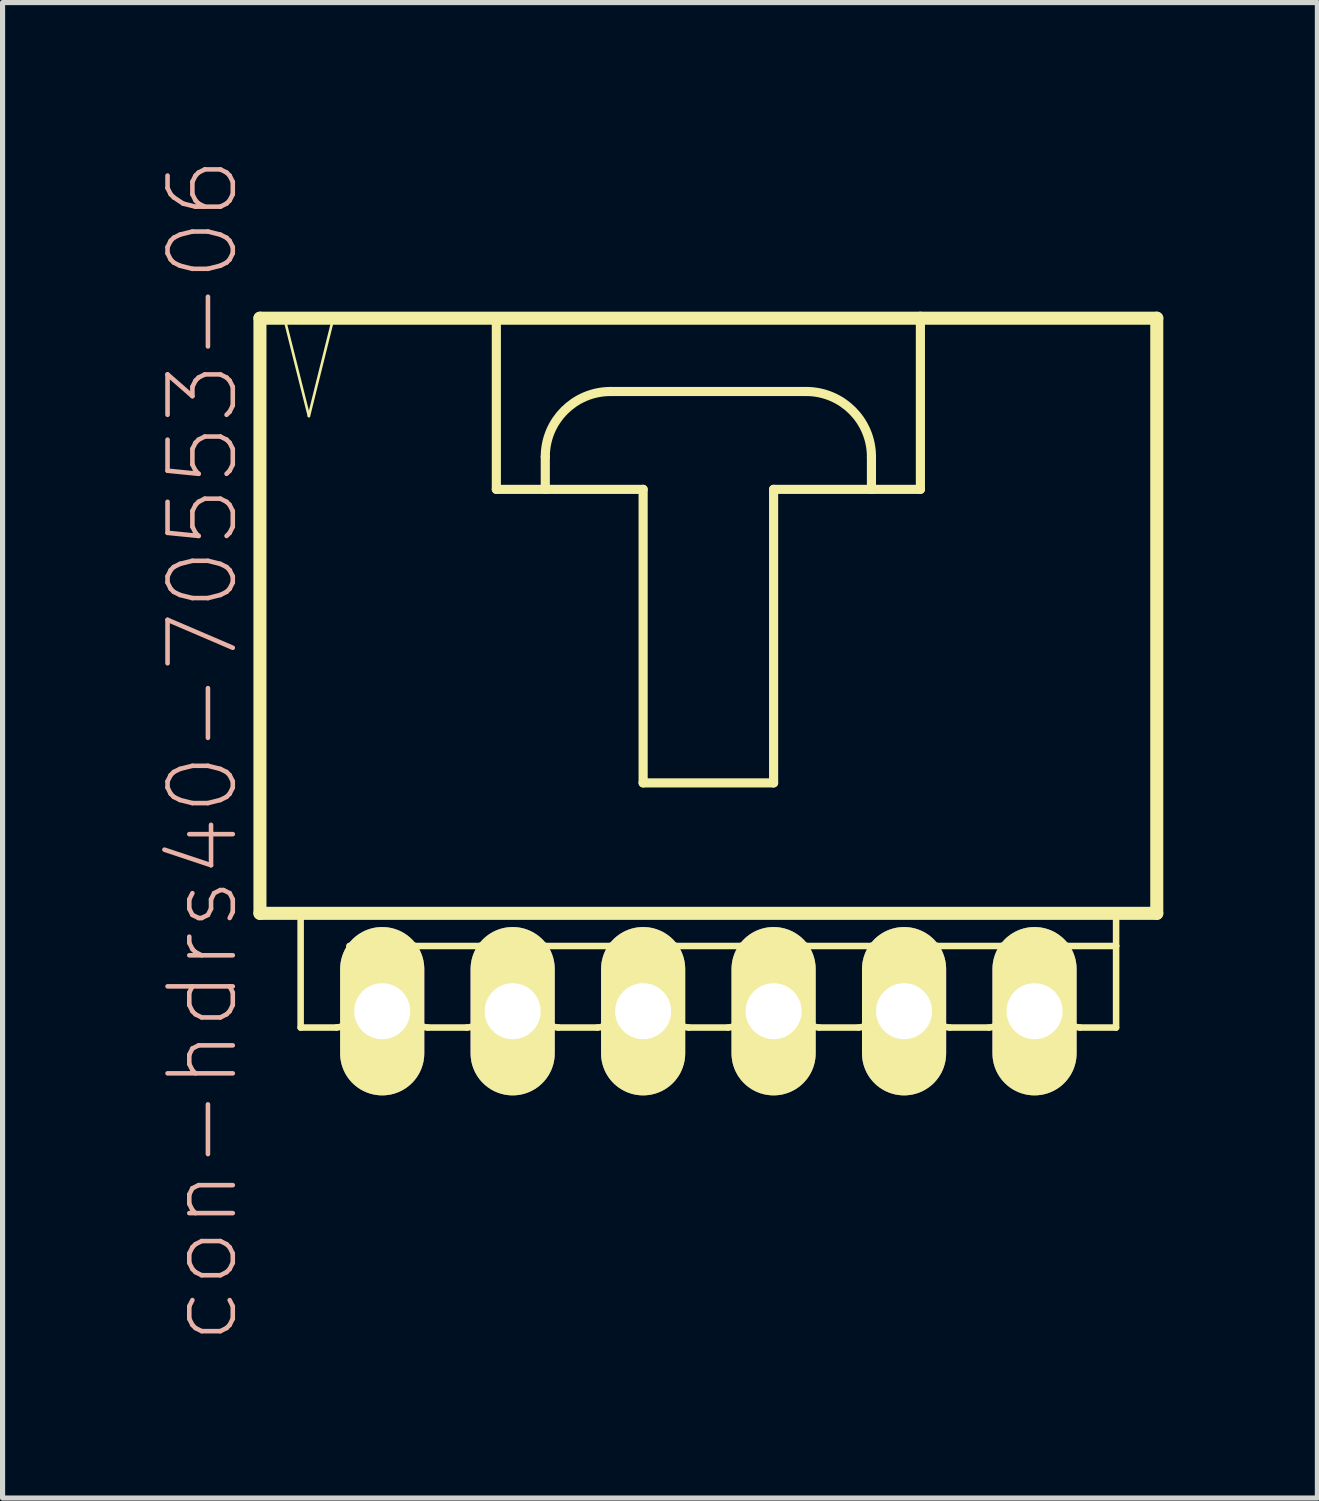
<source format=kicad_pcb>
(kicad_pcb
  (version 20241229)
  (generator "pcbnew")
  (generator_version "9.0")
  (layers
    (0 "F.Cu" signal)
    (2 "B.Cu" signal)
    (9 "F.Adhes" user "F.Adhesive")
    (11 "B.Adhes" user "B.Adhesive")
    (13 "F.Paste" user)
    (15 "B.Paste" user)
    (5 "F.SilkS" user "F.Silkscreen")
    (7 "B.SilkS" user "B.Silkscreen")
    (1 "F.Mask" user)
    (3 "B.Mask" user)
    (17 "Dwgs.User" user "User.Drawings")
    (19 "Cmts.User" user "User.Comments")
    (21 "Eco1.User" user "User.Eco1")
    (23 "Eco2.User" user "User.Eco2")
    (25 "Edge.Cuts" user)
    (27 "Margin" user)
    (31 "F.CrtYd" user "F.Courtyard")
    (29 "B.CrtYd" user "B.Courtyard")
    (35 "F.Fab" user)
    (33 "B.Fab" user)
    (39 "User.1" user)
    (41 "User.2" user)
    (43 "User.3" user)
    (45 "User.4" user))
  (footprint "con-hdrs40-70553-06"
    (layer "F.Cu")
    (at 10.741 9.017)
    (property "Reference" "con-hdrs40-70553-06" (at -9.842 2.54 90) (layer "B.SilkS") (effects (font (size 1.27 1.27) (thickness 0.089))))
    (attr exclude_from_pos_files exclude_from_bom)
    (fp_line (start -8.73 -5.872) (end -8.73 5.715) (stroke (width 0.254) (type solid)) (layer "F.SilkS"))
    (fp_line (start -8.73 5.715) (end 8.73 5.715) (stroke (width 0.254) (type solid)) (layer "F.SilkS"))
    (fp_line (start -8.255 -5.872) (end -7.777 -3.967) (stroke (width 0.051) (type solid)) (layer "F.SilkS"))
    (fp_line (start -7.938 5.715) (end -7.938 7.938) (stroke (width 0.127) (type solid)) (layer "F.SilkS"))
    (fp_line (start -7.777 -3.967) (end -7.303 -5.872) (stroke (width 0.051) (type solid)) (layer "F.SilkS"))
    (fp_line (start -7.303 -5.872) (end -8.255 -5.872) (stroke (width 0.051) (type solid)) (layer "F.SilkS"))
    (fp_line (start -7.236 7.938) (end -7.938 7.938) (stroke (width 0.127) (type solid)) (layer "F.SilkS"))
    (fp_line (start -6.985 6.35) (end -6.985 7.684) (stroke (width 0.127) (type solid)) (layer "F.SilkS"))
    (fp_line (start -6.985 6.35) (end -5.715 6.35) (stroke (width 0.127) (type solid)) (layer "F.SilkS"))
    (fp_line (start -6.668 6.35) (end -6.032 6.35) (stroke (width 0.066) (type solid)) (layer "F.SilkS"))
    (fp_line (start -6.668 7.62) (end -6.668 6.35) (stroke (width 0.066) (type solid)) (layer "F.SilkS"))
    (fp_line (start -6.668 7.62) (end -6.032 7.62) (stroke (width 0.066) (type solid)) (layer "F.SilkS"))
    (fp_line (start -6.032 7.62) (end -6.032 6.35) (stroke (width 0.066) (type solid)) (layer "F.SilkS"))
    (fp_line (start -5.715 6.35) (end -5.715 7.684) (stroke (width 0.127) (type solid)) (layer "F.SilkS"))
    (fp_line (start -5.715 6.35) (end -4.445 6.35) (stroke (width 0.127) (type solid)) (layer "F.SilkS"))
    (fp_line (start -4.699 7.938) (end -5.461 7.938) (stroke (width 0.127) (type solid)) (layer "F.SilkS"))
    (fp_line (start -4.445 6.35) (end -4.445 7.684) (stroke (width 0.127) (type solid)) (layer "F.SilkS"))
    (fp_line (start -4.445 6.35) (end -3.175 6.35) (stroke (width 0.127) (type solid)) (layer "F.SilkS"))
    (fp_line (start -4.128 -5.872) (end -4.128 -2.54) (stroke (width 0.178) (type solid)) (layer "F.SilkS"))
    (fp_line (start -4.128 -2.54) (end -3.175 -2.54) (stroke (width 0.178) (type solid)) (layer "F.SilkS"))
    (fp_line (start -4.128 6.35) (end -3.493 6.35) (stroke (width 0.066) (type solid)) (layer "F.SilkS"))
    (fp_line (start -4.128 7.62) (end -4.128 6.35) (stroke (width 0.066) (type solid)) (layer "F.SilkS"))
    (fp_line (start -4.128 7.62) (end -3.493 7.62) (stroke (width 0.066) (type solid)) (layer "F.SilkS"))
    (fp_line (start -3.493 7.62) (end -3.493 6.35) (stroke (width 0.066) (type solid)) (layer "F.SilkS"))
    (fp_line (start -3.175 -2.54) (end -3.175 -3.175) (stroke (width 0.178) (type solid)) (layer "F.SilkS"))
    (fp_line (start -3.175 -2.54) (end -1.27 -2.54) (stroke (width 0.178) (type solid)) (layer "F.SilkS"))
    (fp_line (start -3.175 6.35) (end -3.175 7.684) (stroke (width 0.127) (type solid)) (layer "F.SilkS"))
    (fp_line (start -3.175 6.35) (end -1.905 6.35) (stroke (width 0.127) (type solid)) (layer "F.SilkS"))
    (fp_line (start -2.159 7.938) (end -2.921 7.938) (stroke (width 0.127) (type solid)) (layer "F.SilkS"))
    (fp_line (start -1.905 -4.445) (end 1.905 -4.445) (stroke (width 0.178) (type solid)) (layer "F.SilkS"))
    (fp_line (start -1.905 6.35) (end -1.905 7.684) (stroke (width 0.127) (type solid)) (layer "F.SilkS"))
    (fp_line (start -1.905 6.35) (end -0.635 6.35) (stroke (width 0.127) (type solid)) (layer "F.SilkS"))
    (fp_line (start -1.587 6.35) (end -0.953 6.35) (stroke (width 0.066) (type solid)) (layer "F.SilkS"))
    (fp_line (start -1.587 7.62) (end -1.587 6.35) (stroke (width 0.066) (type solid)) (layer "F.SilkS"))
    (fp_line (start -1.587 7.62) (end -0.953 7.62) (stroke (width 0.066) (type solid)) (layer "F.SilkS"))
    (fp_line (start -1.27 -2.54) (end -1.27 3.175) (stroke (width 0.178) (type solid)) (layer "F.SilkS"))
    (fp_line (start -1.27 3.175) (end 1.27 3.175) (stroke (width 0.178) (type solid)) (layer "F.SilkS"))
    (fp_line (start -0.953 7.62) (end -0.953 6.35) (stroke (width 0.066) (type solid)) (layer "F.SilkS"))
    (fp_line (start -0.635 6.35) (end -0.635 7.684) (stroke (width 0.127) (type solid)) (layer "F.SilkS"))
    (fp_line (start -0.635 6.35) (end 0.635 6.35) (stroke (width 0.127) (type solid)) (layer "F.SilkS"))
    (fp_line (start 0.381 7.938) (end -0.381 7.938) (stroke (width 0.127) (type solid)) (layer "F.SilkS"))
    (fp_line (start 0.635 6.35) (end 0.635 7.684) (stroke (width 0.127) (type solid)) (layer "F.SilkS"))
    (fp_line (start 0.635 6.35) (end 1.905 6.35) (stroke (width 0.127) (type solid)) (layer "F.SilkS"))
    (fp_line (start 0.953 6.35) (end 1.587 6.35) (stroke (width 0.066) (type solid)) (layer "F.SilkS"))
    (fp_line (start 0.953 7.62) (end 0.953 6.35) (stroke (width 0.066) (type solid)) (layer "F.SilkS"))
    (fp_line (start 0.953 7.62) (end 1.587 7.62) (stroke (width 0.066) (type solid)) (layer "F.SilkS"))
    (fp_line (start 1.27 -2.54) (end 3.175 -2.54) (stroke (width 0.178) (type solid)) (layer "F.SilkS"))
    (fp_line (start 1.27 3.175) (end 1.27 -2.54) (stroke (width 0.178) (type solid)) (layer "F.SilkS"))
    (fp_line (start 1.587 7.62) (end 1.587 6.35) (stroke (width 0.066) (type solid)) (layer "F.SilkS"))
    (fp_line (start 1.905 6.35) (end 1.905 7.684) (stroke (width 0.127) (type solid)) (layer "F.SilkS"))
    (fp_line (start 1.905 6.35) (end 3.175 6.35) (stroke (width 0.127) (type solid)) (layer "F.SilkS"))
    (fp_line (start 2.921 7.938) (end 2.159 7.938) (stroke (width 0.127) (type solid)) (layer "F.SilkS"))
    (fp_line (start 3.175 -3.175) (end 3.175 -2.54) (stroke (width 0.178) (type solid)) (layer "F.SilkS"))
    (fp_line (start 3.175 -2.54) (end 4.128 -2.54) (stroke (width 0.178) (type solid)) (layer "F.SilkS"))
    (fp_line (start 3.175 6.35) (end 3.175 7.684) (stroke (width 0.127) (type solid)) (layer "F.SilkS"))
    (fp_line (start 3.175 6.35) (end 4.445 6.35) (stroke (width 0.127) (type solid)) (layer "F.SilkS"))
    (fp_line (start 3.493 6.35) (end 4.128 6.35) (stroke (width 0.066) (type solid)) (layer "F.SilkS"))
    (fp_line (start 3.493 7.62) (end 3.493 6.35) (stroke (width 0.066) (type solid)) (layer "F.SilkS"))
    (fp_line (start 3.493 7.62) (end 4.128 7.62) (stroke (width 0.066) (type solid)) (layer "F.SilkS"))
    (fp_line (start 4.128 -5.872) (end -8.73 -5.872) (stroke (width 0.254) (type solid)) (layer "F.SilkS"))
    (fp_line (start 4.128 -2.54) (end 4.128 -5.872) (stroke (width 0.178) (type solid)) (layer "F.SilkS"))
    (fp_line (start 4.128 7.62) (end 4.128 6.35) (stroke (width 0.066) (type solid)) (layer "F.SilkS"))
    (fp_line (start 4.445 6.35) (end 4.445 7.684) (stroke (width 0.127) (type solid)) (layer "F.SilkS"))
    (fp_line (start 4.445 6.35) (end 5.715 6.35) (stroke (width 0.127) (type solid)) (layer "F.SilkS"))
    (fp_line (start 5.461 7.938) (end 4.699 7.938) (stroke (width 0.127) (type solid)) (layer "F.SilkS"))
    (fp_line (start 5.715 6.35) (end 5.715 7.684) (stroke (width 0.127) (type solid)) (layer "F.SilkS"))
    (fp_line (start 5.715 6.35) (end 6.985 6.35) (stroke (width 0.127) (type solid)) (layer "F.SilkS"))
    (fp_line (start 6.032 6.35) (end 6.668 6.35) (stroke (width 0.066) (type solid)) (layer "F.SilkS"))
    (fp_line (start 6.032 7.62) (end 6.032 6.35) (stroke (width 0.066) (type solid)) (layer "F.SilkS"))
    (fp_line (start 6.032 7.62) (end 6.668 7.62) (stroke (width 0.066) (type solid)) (layer "F.SilkS"))
    (fp_line (start 6.668 7.62) (end 6.668 6.35) (stroke (width 0.066) (type solid)) (layer "F.SilkS"))
    (fp_line (start 6.985 6.35) (end 6.985 7.684) (stroke (width 0.127) (type solid)) (layer "F.SilkS"))
    (fp_line (start 6.985 6.35) (end 7.938 6.35) (stroke (width 0.127) (type solid)) (layer "F.SilkS"))
    (fp_line (start 7.236 7.938) (end 7.938 7.938) (stroke (width 0.127) (type solid)) (layer "F.SilkS"))
    (fp_line (start 7.938 6.35) (end 7.938 5.715) (stroke (width 0.127) (type solid)) (layer "F.SilkS"))
    (fp_line (start 7.938 7.938) (end 7.938 6.35) (stroke (width 0.127) (type solid)) (layer "F.SilkS"))
    (fp_line (start 8.73 -5.872) (end 4.128 -5.872) (stroke (width 0.254) (type solid)) (layer "F.SilkS"))
    (fp_line (start 8.73 5.715) (end 8.73 -5.872) (stroke (width 0.254) (type solid)) (layer "F.SilkS"))
    (fp_arc (start -6.985 7.6835) (mid -7.058651 7.861309) (end -7.23646 7.93496) (stroke (width 0.127) (type solid)) (layer "F.SilkS"))
    (fp_arc (start -5.461 7.9375) (mid -5.640605 7.863105) (end -5.715 7.6835) (stroke (width 0.127) (type solid)) (layer "F.SilkS"))
    (fp_arc (start -4.445 7.6835) (mid -4.519395 7.863105) (end -4.699 7.9375) (stroke (width 0.127) (type solid)) (layer "F.SilkS"))
    (fp_arc (start -3.175 -3.175) (mid -2.803026 -4.073026) (end -1.905 -4.445) (stroke (width 0.1778) (type solid)) (layer "F.SilkS"))
    (fp_arc (start -2.921 7.9375) (mid -3.100605 7.863105) (end -3.175 7.6835) (stroke (width 0.127) (type solid)) (layer "F.SilkS"))
    (fp_arc (start -1.905 7.6835) (mid -1.979395 7.863105) (end -2.159 7.9375) (stroke (width 0.127) (type solid)) (layer "F.SilkS"))
    (fp_arc (start -0.381 7.9375) (mid -0.560605 7.863105) (end -0.635 7.6835) (stroke (width 0.127) (type solid)) (layer "F.SilkS"))
    (fp_arc (start 0.635 7.6835) (mid 0.560605 7.863105) (end 0.381 7.9375) (stroke (width 0.127) (type solid)) (layer "F.SilkS"))
    (fp_arc (start 1.905 -4.445) (mid 2.803026 -4.073026) (end 3.175 -3.175) (stroke (width 0.1778) (type solid)) (layer "F.SilkS"))
    (fp_arc (start 2.159 7.9375) (mid 1.979395 7.863105) (end 1.905 7.6835) (stroke (width 0.127) (type solid)) (layer "F.SilkS"))
    (fp_arc (start 3.175 7.6835) (mid 3.100605 7.863105) (end 2.921 7.9375) (stroke (width 0.127) (type solid)) (layer "F.SilkS"))
    (fp_arc (start 4.699 7.9375) (mid 4.519395 7.863105) (end 4.445 7.6835) (stroke (width 0.127) (type solid)) (layer "F.SilkS"))
    (fp_arc (start 5.715 7.6835) (mid 5.640605 7.863105) (end 5.461 7.9375) (stroke (width 0.127) (type solid)) (layer "F.SilkS"))
    (fp_arc (start 7.23646 7.9375) (mid 7.056855 7.863105) (end 6.98246 7.6835) (stroke (width 0.127) (type solid)) (layer "F.SilkS"))
    (pad "1" thru_hole oval (at -6.35 7.62) (size 1.638 3.277) (drill 1.09) (layers "*.Cu" "F.Mask" "F.SilkS" "F.Paste"))
    (pad "2" thru_hole oval (at -3.81 7.62) (size 1.638 3.277) (drill 1.09) (layers "*.Cu" "F.Mask" "F.SilkS" "F.Paste"))
    (pad "3" thru_hole oval (at -1.27 7.62) (size 1.638 3.277) (drill 1.09) (layers "*.Cu" "F.Mask" "F.SilkS" "F.Paste"))
    (pad "4" thru_hole oval (at 1.27 7.62) (size 1.638 3.277) (drill 1.09) (layers "*.Cu" "F.Mask" "F.SilkS" "F.Paste"))
    (pad "5" thru_hole oval (at 3.81 7.62) (size 1.638 3.277) (drill 1.09) (layers "*.Cu" "F.Mask" "F.SilkS" "F.Paste"))
    (pad "6" thru_hole oval (at 6.35 7.62) (size 1.638 3.277) (drill 1.09) (layers "*.Cu" "F.Mask" "F.SilkS" "F.Paste")))
  (gr_rect
    (start -3 -3)
    (end 22.598 26.115)
    (stroke (width 0.1) (type default))
    (fill no)
    (layer "Edge.Cuts")))
</source>
